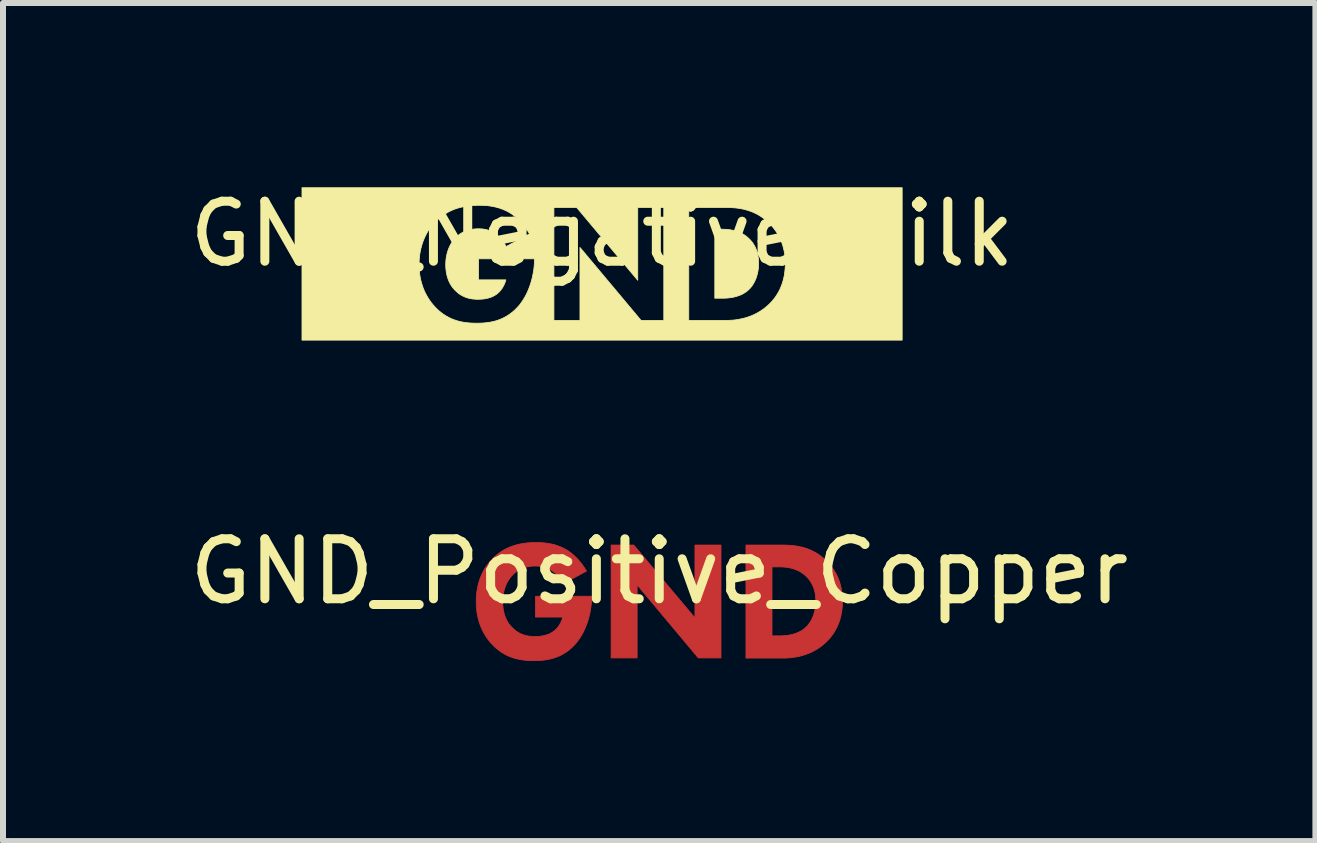
<source format=kicad_pcb>
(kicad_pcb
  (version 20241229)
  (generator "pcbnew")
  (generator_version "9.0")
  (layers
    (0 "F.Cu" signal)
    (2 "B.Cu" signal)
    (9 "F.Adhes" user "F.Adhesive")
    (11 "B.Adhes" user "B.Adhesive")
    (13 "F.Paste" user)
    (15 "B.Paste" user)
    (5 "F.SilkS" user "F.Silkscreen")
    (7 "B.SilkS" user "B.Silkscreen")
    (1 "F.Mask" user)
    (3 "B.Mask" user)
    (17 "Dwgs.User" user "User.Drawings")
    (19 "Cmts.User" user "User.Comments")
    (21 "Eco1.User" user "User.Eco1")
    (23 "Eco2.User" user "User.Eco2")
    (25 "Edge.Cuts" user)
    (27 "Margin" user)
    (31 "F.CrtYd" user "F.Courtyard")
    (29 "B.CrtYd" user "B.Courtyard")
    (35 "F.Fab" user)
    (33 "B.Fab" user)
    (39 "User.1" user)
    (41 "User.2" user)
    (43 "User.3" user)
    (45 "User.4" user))
  (footprint "GND_Positive_Copper"
    (layer "F.Cu")
    (at 7.935 6.973)
    (property "Reference" "GND_Positive_Copper" (at 0 -0.5 0) (unlocked yes) (layer "F.SilkS") (effects (font (size 1 1) (thickness 0.15))))
    (fp_poly (pts (xy 0.595 0.273) (xy 0.595 -0.941) (xy 1.029 -0.941) (xy 1.029 0.94) (xy 0.651 0.94) (xy -0.368 -0.277) (xy -0.368 0.94) (xy -0.802 0.94) (xy -0.802 -0.941) (xy -0.425 -0.941)) (stroke (width 0.013) (type solid)) (fill yes) (layer "F.Cu"))
    (fp_poly (pts (xy 2.088 -0.94) (xy 2.134 -0.939) (xy 2.182 -0.936) (xy 2.229 -0.932) (xy 2.276 -0.926) (xy 2.324 -0.918) (xy 2.371 -0.907) (xy 2.418 -0.895) (xy 2.465 -0.88) (xy 2.512 -0.861) (xy 2.558 -0.84) (xy 2.604 -0.816) (xy 2.65 -0.788) (xy 2.694 -0.756) (xy 2.739 -0.72) (xy 2.782 -0.68) (xy 2.812 -0.649) (xy 2.841 -0.616) (xy 2.869 -0.582) (xy 2.894 -0.547) (xy 2.918 -0.51) (xy 2.941 -0.472) (xy 2.961 -0.433) (xy 2.98 -0.392) (xy 2.997 -0.349) (xy 3.011 -0.305) (xy 3.024 -0.259) (xy 3.034 -0.212) (xy 3.043 -0.163) (xy 3.049 -0.112) (xy 3.052 -0.06) (xy 3.054 -0.006) (xy 3.052 0.048) (xy 3.049 0.101) (xy 3.043 0.151) (xy 3.035 0.2) (xy 3.025 0.247) (xy 3.013 0.293) (xy 2.999 0.337) (xy 2.983 0.379) (xy 2.965 0.42) (xy 2.946 0.459) (xy 2.925 0.496) (xy 2.902 0.532) (xy 2.877 0.567) (xy 2.852 0.6) (xy 2.825 0.631) (xy 2.796 0.661) (xy 2.771 0.685) (xy 2.746 0.707) (xy 2.696 0.748) (xy 2.644 0.784) (xy 2.592 0.815) (xy 2.54 0.842) (xy 2.488 0.865) (xy 2.436 0.884) (xy 2.386 0.9) (xy 2.337 0.913) (xy 2.289 0.923) (xy 2.243 0.93) (xy 2.2 0.936) (xy 2.159 0.939) (xy 2.121 0.942) (xy 2.055 0.943) (xy 1.445 0.943) (xy 1.445 0.573) (xy 1.879 0.573) (xy 1.995 0.573) (xy 2.034 0.572) (xy 2.081 0.57) (xy 2.107 0.567) (xy 2.135 0.564) (xy 2.163 0.56) (xy 2.192 0.554) (xy 2.222 0.547) (xy 2.252 0.539) (xy 2.282 0.528) (xy 2.312 0.516) (xy 2.341 0.502) (xy 2.356 0.494) (xy 2.37 0.486) (xy 2.385 0.477) (xy 2.399 0.467) (xy 2.412 0.457) (xy 2.426 0.446) (xy 2.445 0.429) (xy 2.463 0.41) (xy 2.481 0.39) (xy 2.497 0.368) (xy 2.514 0.345) (xy 2.529 0.319) (xy 2.543 0.293) (xy 2.556 0.265) (xy 2.568 0.235) (xy 2.578 0.204) (xy 2.587 0.171) (xy 2.595 0.138) (xy 2.601 0.103) (xy 2.605 0.067) (xy 2.608 0.029) (xy 2.609 -0.009) (xy 2.608 -0.047) (xy 2.605 -0.083) (xy 2.601 -0.118) (xy 2.595 -0.15) (xy 2.588 -0.181) (xy 2.58 -0.21) (xy 2.57 -0.237) (xy 2.559 -0.262) (xy 2.548 -0.286) (xy 2.536 -0.309) (xy 2.523 -0.33) (xy 2.509 -0.35) (xy 2.496 -0.368) (xy 2.482 -0.385) (xy 2.468 -0.401) (xy 2.454 -0.415) (xy 2.441 -0.428) (xy 2.427 -0.44) (xy 2.399 -0.463) (xy 2.371 -0.482) (xy 2.342 -0.5) (xy 2.312 -0.515) (xy 2.282 -0.528) (xy 2.252 -0.54) (xy 2.222 -0.549) (xy 2.192 -0.557) (xy 2.162 -0.563) (xy 2.133 -0.568) (xy 2.104 -0.572) (xy 2.075 -0.574) (xy 2.048 -0.576) (xy 1.995 -0.577) (xy 1.879 -0.577) (xy 1.879 0.573) (xy 1.445 0.573) (xy 1.445 -0.941) (xy 2.041 -0.941)) (stroke (width 0.013) (type solid)) (fill yes) (layer "F.Cu"))
    (fp_poly (pts (xy -1.984 -0.982) (xy -1.953 -0.98) (xy -1.921 -0.977) (xy -1.888 -0.974) (xy -1.855 -0.969) (xy -1.821 -0.963) (xy -1.787 -0.956) (xy -1.753 -0.948) (xy -1.719 -0.938) (xy -1.685 -0.926) (xy -1.65 -0.913) (xy -1.616 -0.898) (xy -1.582 -0.881) (xy -1.548 -0.863) (xy -1.515 -0.842) (xy -1.491 -0.825) (xy -1.468 -0.808) (xy -1.445 -0.789) (xy -1.423 -0.77) (xy -1.402 -0.75) (xy -1.381 -0.729) (xy -1.36 -0.708) (xy -1.341 -0.686) (xy -1.322 -0.664) (xy -1.303 -0.642) (xy -1.286 -0.619) (xy -1.269 -0.596) (xy -1.254 -0.574) (xy -1.239 -0.551) (xy -1.225 -0.529) (xy -1.212 -0.507) (xy -1.603 -0.295) (xy -1.61 -0.309) (xy -1.617 -0.323) (xy -1.625 -0.337) (xy -1.633 -0.35) (xy -1.642 -0.364) (xy -1.652 -0.377) (xy -1.661 -0.391) (xy -1.671 -0.404) (xy -1.682 -0.417) (xy -1.693 -0.43) (xy -1.705 -0.442) (xy -1.717 -0.454) (xy -1.729 -0.466) (xy -1.742 -0.478) (xy -1.755 -0.489) (xy -1.769 -0.5) (xy -1.785 -0.511) (xy -1.801 -0.522) (xy -1.818 -0.532) (xy -1.834 -0.541) (xy -1.851 -0.549) (xy -1.869 -0.557) (xy -1.886 -0.563) (xy -1.904 -0.569) (xy -1.922 -0.575) (xy -1.941 -0.579) (xy -1.96 -0.583) (xy -1.979 -0.586) (xy -1.998 -0.588) (xy -2.018 -0.59) (xy -2.038 -0.591) (xy -2.058 -0.591) (xy -2.09 -0.591) (xy -2.121 -0.589) (xy -2.151 -0.586) (xy -2.179 -0.581) (xy -2.207 -0.575) (xy -2.234 -0.569) (xy -2.259 -0.56) (xy -2.284 -0.551) (xy -2.308 -0.541) (xy -2.33 -0.53) (xy -2.352 -0.517) (xy -2.373 -0.504) (xy -2.392 -0.489) (xy -2.411 -0.474) (xy -2.429 -0.457) (xy -2.446 -0.44) (xy -2.465 -0.419) (xy -2.484 -0.396) (xy -2.5 -0.373) (xy -2.516 -0.348) (xy -2.531 -0.323) (xy -2.544 -0.297) (xy -2.556 -0.269) (xy -2.567 -0.241) (xy -2.577 -0.212) (xy -2.585 -0.183) (xy -2.592 -0.153) (xy -2.598 -0.122) (xy -2.603 -0.091) (xy -2.606 -0.059) (xy -2.608 -0.028) (xy -2.608 0.005) (xy -2.608 0.044) (xy -2.605 0.082) (xy -2.601 0.118) (xy -2.595 0.152) (xy -2.588 0.184) (xy -2.58 0.215) (xy -2.57 0.244) (xy -2.56 0.272) (xy -2.548 0.297) (xy -2.536 0.322) (xy -2.523 0.344) (xy -2.509 0.365) (xy -2.495 0.385) (xy -2.48 0.403) (xy -2.465 0.42) (xy -2.45 0.435) (xy -2.429 0.455) (xy -2.408 0.474) (xy -2.386 0.491) (xy -2.364 0.506) (xy -2.342 0.52) (xy -2.319 0.532) (xy -2.296 0.542) (xy -2.272 0.552) (xy -2.248 0.56) (xy -2.224 0.566) (xy -2.199 0.572) (xy -2.174 0.576) (xy -2.148 0.579) (xy -2.122 0.582) (xy -2.096 0.583) (xy -2.069 0.583) (xy -2.035 0.583) (xy -2.003 0.581) (xy -1.973 0.577) (xy -1.945 0.573) (xy -1.918 0.567) (xy -1.894 0.561) (xy -1.871 0.554) (xy -1.85 0.547) (xy -1.831 0.539) (xy -1.814 0.53) (xy -1.798 0.522) (xy -1.783 0.513) (xy -1.771 0.505) (xy -1.759 0.497) (xy -1.741 0.481) (xy -1.737 0.478) (xy -1.732 0.474) (xy -1.726 0.468) (xy -1.719 0.461) (xy -1.71 0.453) (xy -1.701 0.442) (xy -1.692 0.431) (xy -1.682 0.418) (xy -1.671 0.403) (xy -1.666 0.395) (xy -1.661 0.387) (xy -1.656 0.378) (xy -1.65 0.369) (xy -1.645 0.36) (xy -1.64 0.35) (xy -1.636 0.34) (xy -1.631 0.329) (xy -1.626 0.319) (xy -1.622 0.307) (xy -1.618 0.296) (xy -1.614 0.284) (xy -1.61 0.271) (xy -1.607 0.259) (xy -2.062 0.259) (xy -2.062 -0.09) (xy -2.062 -0.087) (xy -1.127 -0.087) (xy -1.127 -0.066) (xy -1.128 -0.021) (xy -1.131 0.025) (xy -1.136 0.074) (xy -1.143 0.124) (xy -1.152 0.176) (xy -1.163 0.228) (xy -1.177 0.282) (xy -1.193 0.335) (xy -1.212 0.388) (xy -1.233 0.441) (xy -1.257 0.493) (xy -1.283 0.544) (xy -1.312 0.593) (xy -1.344 0.64) (xy -1.379 0.686) (xy -1.416 0.728) (xy -1.455 0.767) (xy -1.496 0.802) (xy -1.536 0.833) (xy -1.577 0.86) (xy -1.619 0.885) (xy -1.661 0.906) (xy -1.703 0.924) (xy -1.746 0.939) (xy -1.789 0.951) (xy -1.832 0.962) (xy -1.874 0.97) (xy -1.917 0.976) (xy -1.96 0.98) (xy -2.002 0.983) (xy -2.045 0.985) (xy -2.086 0.985) (xy -2.128 0.985) (xy -2.171 0.984) (xy -2.214 0.981) (xy -2.257 0.976) (xy -2.3 0.97) (xy -2.344 0.962) (xy -2.388 0.952) (xy -2.432 0.94) (xy -2.475 0.924) (xy -2.519 0.906) (xy -2.563 0.885) (xy -2.606 0.86) (xy -2.649 0.832) (xy -2.691 0.8) (xy -2.733 0.765) (xy -2.774 0.724) (xy -2.795 0.702) (xy -2.818 0.677) (xy -2.84 0.648) (xy -2.863 0.618) (xy -2.887 0.584) (xy -2.909 0.547) (xy -2.932 0.507) (xy -2.953 0.464) (xy -2.973 0.418) (xy -2.982 0.394) (xy -2.991 0.369) (xy -3 0.344) (xy -3.008 0.317) (xy -3.015 0.29) (xy -3.022 0.262) (xy -3.028 0.233) (xy -3.033 0.204) (xy -3.038 0.173) (xy -3.042 0.142) (xy -3.045 0.11) (xy -3.048 0.077) (xy -3.049 0.043) (xy -3.049 0.008) (xy -3.049 -0.049) (xy -3.045 -0.105) (xy -3.04 -0.159) (xy -3.031 -0.212) (xy -3.021 -0.263) (xy -3.008 -0.313) (xy -2.993 -0.361) (xy -2.976 -0.407) (xy -2.957 -0.451) (xy -2.937 -0.493) (xy -2.915 -0.534) (xy -2.891 -0.573) (xy -2.865 -0.609) (xy -2.839 -0.644) (xy -2.811 -0.677) (xy -2.781 -0.708) (xy -2.76 -0.73) (xy -2.738 -0.75) (xy -2.693 -0.789) (xy -2.647 -0.822) (xy -2.601 -0.852) (xy -2.554 -0.878) (xy -2.506 -0.9) (xy -2.458 -0.919) (xy -2.41 -0.935) (xy -2.362 -0.949) (xy -2.315 -0.959) (xy -2.267 -0.967) (xy -2.221 -0.974) (xy -2.175 -0.978) (xy -2.13 -0.981) (xy -2.086 -0.983) (xy -2.044 -0.983)) (stroke (width 0.013) (type solid)) (fill yes) (layer "F.Cu")))
  (footprint "GND_Negative_Silk"
    (layer "F.Cu")
    (at 6.982 1.348)
    (property "Reference" "GND_Negative_Silk" (at 0 -0.5 0) (unlocked yes) (layer "F.SilkS") (effects (font (size 1 1) (thickness 0.15))))
    (fp_poly (pts (xy 2.048 -0.577) (xy 2.076 -0.576) (xy 2.104 -0.573) (xy 2.133 -0.569) (xy 2.162 -0.564) (xy 2.192 -0.558) (xy 2.222 -0.55) (xy 2.252 -0.541) (xy 2.282 -0.53) (xy 2.312 -0.516) (xy 2.342 -0.501) (xy 2.371 -0.484) (xy 2.399 -0.464) (xy 2.427 -0.441) (xy 2.441 -0.429) (xy 2.454 -0.416) (xy 2.468 -0.402) (xy 2.482 -0.386) (xy 2.496 -0.369) (xy 2.51 -0.351) (xy 2.523 -0.331) (xy 2.536 -0.31) (xy 2.548 -0.288) (xy 2.56 -0.264) (xy 2.57 -0.238) (xy 2.58 -0.211) (xy 2.588 -0.182) (xy 2.596 -0.151) (xy 2.601 -0.119) (xy 2.606 -0.085) (xy 2.608 -0.049) (xy 2.609 -0.011) (xy 2.608 0.028) (xy 2.606 0.065) (xy 2.601 0.101) (xy 2.595 0.136) (xy 2.587 0.17) (xy 2.578 0.203) (xy 2.568 0.234) (xy 2.556 0.263) (xy 2.543 0.291) (xy 2.529 0.318) (xy 2.514 0.343) (xy 2.498 0.367) (xy 2.481 0.389) (xy 2.463 0.409) (xy 2.445 0.428) (xy 2.426 0.444) (xy 2.413 0.455) (xy 2.399 0.466) (xy 2.385 0.475) (xy 2.371 0.484) (xy 2.356 0.493) (xy 2.342 0.501) (xy 2.312 0.515) (xy 2.282 0.527) (xy 2.252 0.537) (xy 2.222 0.546) (xy 2.192 0.553) (xy 2.163 0.559) (xy 2.135 0.563) (xy 2.108 0.566) (xy 2.082 0.569) (xy 2.035 0.571) (xy 1.996 0.571) (xy 1.879 0.571) (xy 1.879 -0.579) (xy 1.996 -0.579)) (stroke (width 0.013) (type solid)) (fill yes) (layer "F.SilkS"))
    (fp_poly (pts (xy 5.001 1.27) (xy -5 1.27) (xy -5 0.011) (xy -3.049 0.011) (xy -3.049 0.045) (xy -3.047 0.079) (xy -3.045 0.112) (xy -3.042 0.144) (xy -3.038 0.175) (xy -3.033 0.206) (xy -3.028 0.236) (xy -3.022 0.264) (xy -3.015 0.292) (xy -3.007 0.32) (xy -2.999 0.346) (xy -2.991 0.372) (xy -2.982 0.397) (xy -2.973 0.421) (xy -2.953 0.467) (xy -2.931 0.509) (xy -2.909 0.549) (xy -2.886 0.586) (xy -2.863 0.62) (xy -2.84 0.651) (xy -2.817 0.679) (xy -2.795 0.704) (xy -2.774 0.727) (xy -2.733 0.767) (xy -2.691 0.803) (xy -2.648 0.835) (xy -2.605 0.863) (xy -2.562 0.887) (xy -2.519 0.909) (xy -2.475 0.927) (xy -2.431 0.942) (xy -2.388 0.955) (xy -2.344 0.965) (xy -2.3 0.973) (xy -2.257 0.979) (xy -2.213 0.983) (xy -2.17 0.986) (xy -2.128 0.987) (xy -2.086 0.988) (xy -2.044 0.987) (xy -2.002 0.986) (xy -1.96 0.983) (xy -1.917 0.978) (xy -1.874 0.972) (xy -1.831 0.964) (xy -1.788 0.954) (xy -1.749 0.942) (xy -0.802 0.942) (xy -0.368 0.942) (xy -0.368 -0.275) (xy 0.651 0.942) (xy 1.029 0.942) (xy 1.445 0.942) (xy 2.056 0.942) (xy 2.121 0.94) (xy 2.159 0.938) (xy 2.2 0.935) (xy 2.244 0.929) (xy 2.289 0.921) (xy 2.337 0.911) (xy 2.386 0.899) (xy 2.437 0.883) (xy 2.488 0.864) (xy 2.54 0.841) (xy 2.592 0.814) (xy 2.644 0.783) (xy 2.696 0.747) (xy 2.747 0.706) (xy 2.772 0.683) (xy 2.796 0.66) (xy 2.825 0.63) (xy 2.852 0.598) (xy 2.878 0.566) (xy 2.902 0.531) (xy 2.925 0.495) (xy 2.946 0.458) (xy 2.966 0.419) (xy 2.983 0.378) (xy 2.999 0.336) (xy 3.013 0.292) (xy 3.025 0.246) (xy 3.036 0.199) (xy 3.043 0.15) (xy 3.049 0.099) (xy 3.053 0.047) (xy 3.054 -0.007) (xy 3.053 -0.061) (xy 3.049 -0.113) (xy 3.043 -0.164) (xy 3.035 -0.213) (xy 3.024 -0.26) (xy 3.012 -0.306) (xy 2.997 -0.35) (xy 2.98 -0.393) (xy 2.962 -0.434) (xy 2.941 -0.474) (xy 2.919 -0.512) (xy 2.895 -0.548) (xy 2.869 -0.584) (xy 2.842 -0.617) (xy 2.813 -0.65) (xy 2.782 -0.681) (xy 2.739 -0.721) (xy 2.695 -0.757) (xy 2.65 -0.789) (xy 2.605 -0.817) (xy 2.559 -0.841) (xy 2.512 -0.863) (xy 2.465 -0.881) (xy 2.418 -0.896) (xy 2.371 -0.909) (xy 2.324 -0.919) (xy 2.277 -0.927) (xy 2.229 -0.933) (xy 2.182 -0.937) (xy 2.135 -0.94) (xy 2.088 -0.941) (xy 2.041 -0.942) (xy 1.445 -0.942) (xy 1.445 0.942) (xy 1.029 0.942) (xy 1.029 -0.942) (xy 0.595 -0.942) (xy 0.595 0.272) (xy -0.424 -0.942) (xy -0.802 -0.942) (xy -0.802 0.942) (xy -1.749 0.942) (xy -1.746 0.941) (xy -1.703 0.926) (xy -1.661 0.908) (xy -1.619 0.887) (xy -1.577 0.863) (xy -1.536 0.835) (xy -1.495 0.804) (xy -1.455 0.769) (xy -1.416 0.73) (xy -1.378 0.688) (xy -1.344 0.643) (xy -1.312 0.595) (xy -1.283 0.546) (xy -1.256 0.495) (xy -1.233 0.443) (xy -1.212 0.391) (xy -1.193 0.337) (xy -1.177 0.284) (xy -1.163 0.231) (xy -1.152 0.178) (xy -1.142 0.127) (xy -1.135 0.076) (xy -1.13 0.027) (xy -1.127 -0.019) (xy -1.127 -0.064) (xy -1.127 -0.085) (xy -2.058 -0.085) (xy -2.058 0.265) (xy -1.603 0.265) (xy -1.606 0.277) (xy -1.61 0.29) (xy -1.614 0.302) (xy -1.618 0.313) (xy -1.622 0.324) (xy -1.627 0.335) (xy -1.632 0.346) (xy -1.637 0.356) (xy -1.642 0.366) (xy -1.647 0.375) (xy -1.652 0.384) (xy -1.657 0.393) (xy -1.662 0.401) (xy -1.667 0.409) (xy -1.678 0.423) (xy -1.688 0.436) (xy -1.697 0.448) (xy -1.707 0.458) (xy -1.715 0.467) (xy -1.722 0.474) (xy -1.728 0.48) (xy -1.733 0.484) (xy -1.737 0.487) (xy -1.755 0.502) (xy -1.767 0.511) (xy -1.78 0.519) (xy -1.794 0.528) (xy -1.81 0.536) (xy -1.827 0.545) (xy -1.847 0.553) (xy -1.867 0.56) (xy -1.89 0.567) (xy -1.914 0.573) (xy -1.941 0.579) (xy -1.969 0.583) (xy -1.999 0.586) (xy -2.031 0.588) (xy -2.065 0.589) (xy -2.092 0.589) (xy -2.118 0.587) (xy -2.144 0.585) (xy -2.17 0.582) (xy -2.195 0.578) (xy -2.22 0.572) (xy -2.245 0.565) (xy -2.269 0.557) (xy -2.292 0.548) (xy -2.315 0.537) (xy -2.338 0.525) (xy -2.361 0.512) (xy -2.383 0.497) (xy -2.404 0.48) (xy -2.425 0.461) (xy -2.446 0.441) (xy -2.461 0.426) (xy -2.476 0.409) (xy -2.491 0.391) (xy -2.505 0.371) (xy -2.519 0.35) (xy -2.532 0.327) (xy -2.544 0.303) (xy -2.556 0.277) (xy -2.566 0.25) (xy -2.576 0.221) (xy -2.584 0.19) (xy -2.591 0.158) (xy -2.597 0.124) (xy -2.601 0.088) (xy -2.604 0.05) (xy -2.605 0.011) (xy -2.604 -0.022) (xy -2.602 -0.054) (xy -2.599 -0.085) (xy -2.594 -0.116) (xy -2.588 -0.147) (xy -2.581 -0.177) (xy -2.573 -0.207) (xy -2.563 -0.235) (xy -2.552 -0.264) (xy -2.54 -0.291) (xy -2.527 -0.317) (xy -2.512 -0.343) (xy -2.497 -0.367) (xy -2.48 -0.391) (xy -2.462 -0.413) (xy -2.442 -0.434) (xy -2.425 -0.451) (xy -2.407 -0.468) (xy -2.389 -0.483) (xy -2.369 -0.498) (xy -2.348 -0.511) (xy -2.326 -0.524) (xy -2.304 -0.535) (xy -2.28 -0.545) (xy -2.255 -0.555) (xy -2.23 -0.563) (xy -2.203 -0.57) (xy -2.175 -0.575) (xy -2.147 -0.58) (xy -2.117 -0.583) (xy -2.086 -0.585) (xy -2.054 -0.586) (xy -2.034 -0.585) (xy -2.014 -0.584) (xy -1.994 -0.583) (xy -1.975 -0.58) (xy -1.956 -0.577) (xy -1.937 -0.573) (xy -1.919 -0.569) (xy -1.9 -0.564) (xy -1.883 -0.558) (xy -1.865 -0.551) (xy -1.848 -0.543) (xy -1.831 -0.535) (xy -1.814 -0.526) (xy -1.797 -0.516) (xy -1.781 -0.505) (xy -1.765 -0.494) (xy -1.751 -0.483) (xy -1.738 -0.472) (xy -1.725 -0.46) (xy -1.713 -0.449) (xy -1.701 -0.436) (xy -1.689 -0.424) (xy -1.678 -0.411) (xy -1.668 -0.398) (xy -1.657 -0.385) (xy -1.648 -0.372) (xy -1.638 -0.358) (xy -1.63 -0.345) (xy -1.621 -0.331) (xy -1.613 -0.317) (xy -1.606 -0.303) (xy -1.599 -0.289) (xy -1.208 -0.501) (xy -1.221 -0.523) (xy -1.235 -0.545) (xy -1.25 -0.568) (xy -1.265 -0.591) (xy -1.282 -0.613) (xy -1.3 -0.636) (xy -1.318 -0.658) (xy -1.337 -0.68) (xy -1.357 -0.702) (xy -1.377 -0.724) (xy -1.398 -0.744) (xy -1.419 -0.764) (xy -1.442 -0.784) (xy -1.464 -0.802) (xy -1.487 -0.82) (xy -1.511 -0.836) (xy -1.544 -0.857) (xy -1.578 -0.876) (xy -1.612 -0.892) (xy -1.646 -0.907) (xy -1.681 -0.92) (xy -1.715 -0.932) (xy -1.749 -0.942) (xy -1.784 -0.95) (xy -1.817 -0.957) (xy -1.851 -0.963) (xy -1.884 -0.968) (xy -1.917 -0.972) (xy -1.949 -0.974) (xy -1.98 -0.976) (xy -2.04 -0.977) (xy -2.083 -0.977) (xy -2.126 -0.975) (xy -2.171 -0.972) (xy -2.216 -0.968) (xy -2.263 -0.962) (xy -2.31 -0.953) (xy -2.357 -0.943) (xy -2.405 -0.93) (xy -2.453 -0.914) (xy -2.5 -0.895) (xy -2.548 -0.872) (xy -2.595 -0.846) (xy -2.642 -0.817) (xy -2.688 -0.783) (xy -2.733 -0.745) (xy -2.777 -0.702) (xy -2.807 -0.671) (xy -2.835 -0.638) (xy -2.862 -0.604) (xy -2.887 -0.567) (xy -2.911 -0.528) (xy -2.933 -0.488) (xy -2.954 -0.445) (xy -2.973 -0.401) (xy -2.99 -0.355) (xy -3.005 -0.308) (xy -3.018 -0.259) (xy -3.029 -0.208) (xy -3.038 -0.156) (xy -3.044 -0.102) (xy -3.048 -0.046) (xy -3.049 0.011) (xy -5 0.011) (xy -5 -1.27) (xy 5.001 -1.27)) (stroke (width 0.013) (type solid)) (fill yes) (layer "F.SilkS")))
  (gr_rect
    (start -3 -3)
    (end 18.869 10.965)
    (stroke (width 0.1) (type default))
    (fill no)
    (layer "Edge.Cuts")))
</source>
